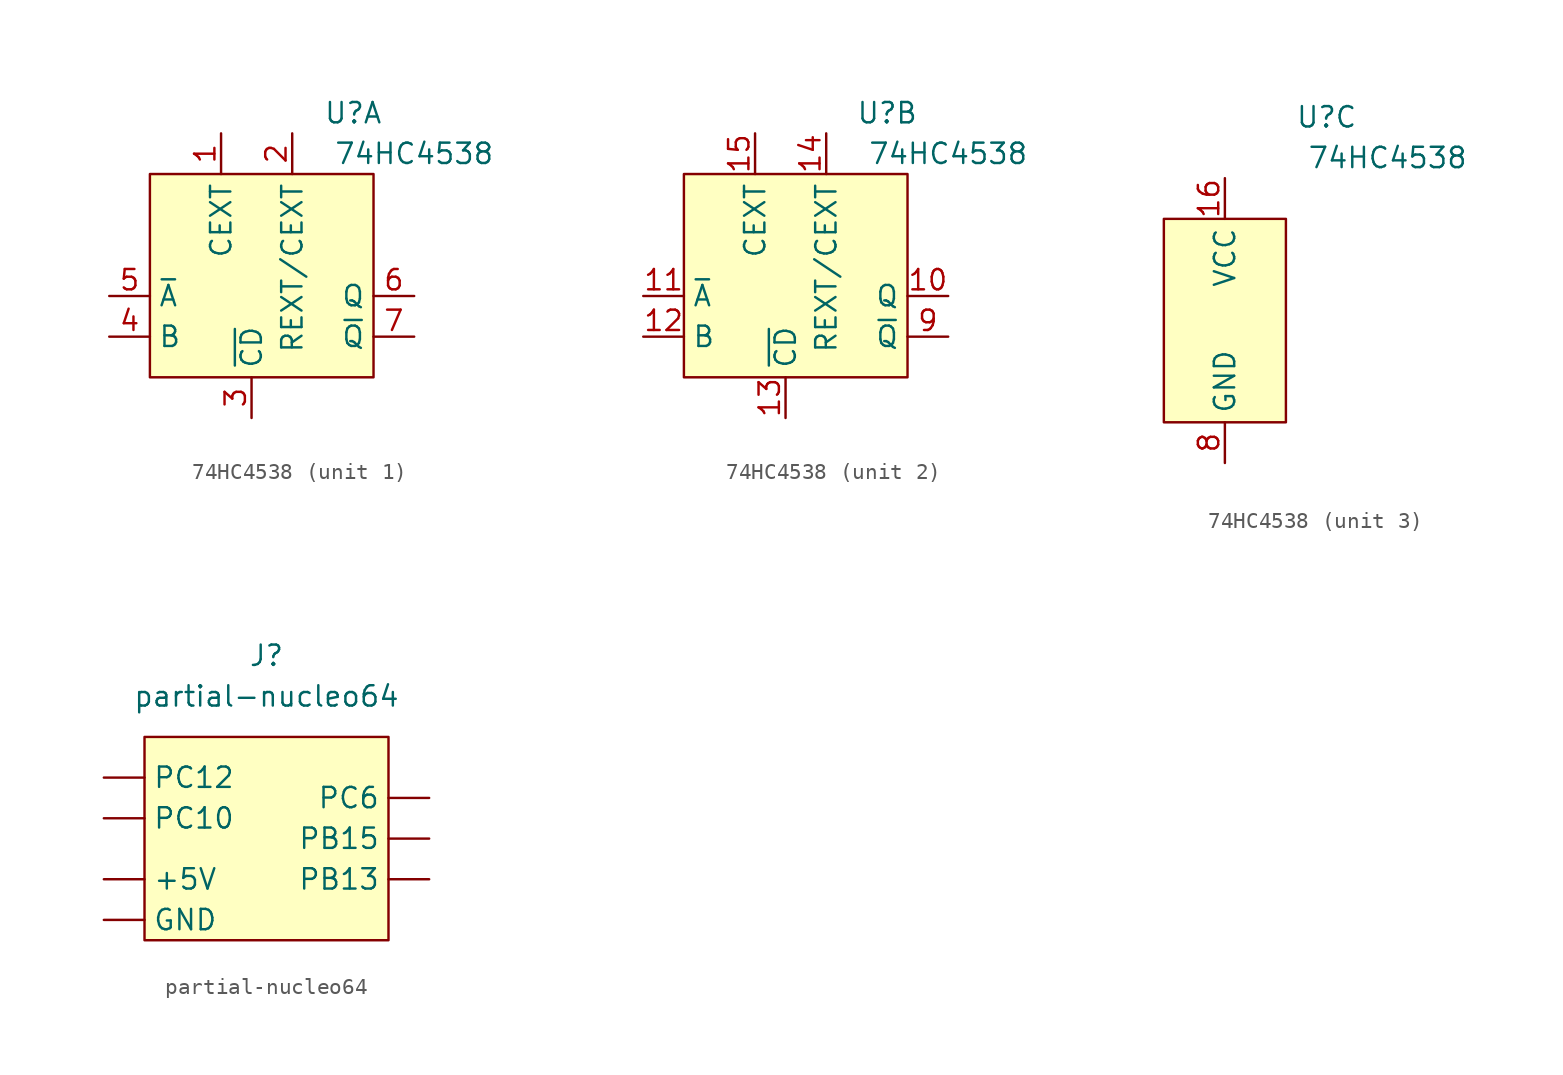
<source format=kicad_sym>
(kicad_symbol_lib
  (version 20211014)
  (generator kicad_symbol_editor)
  (symbol "74HC4538"
    (property "Reference" "U"
      (at 6.35 10.16 0)
      (effects (font (size 1.27 1.27))))
    (property "Value" "74HC4538"
      (at 10.16 7.62 0)
      (effects (font (size 1.27 1.27))))
    (symbol "74HC4538_1_1"
      (rectangle (start -6.35 6.35) (end 7.62 -6.35) (stroke (width 0.152) (type default) (color 0 0 0 0)) (fill (type background)))
      (pin passive line (at -1.905 8.89 270) (length 2.54) (name "CEXT" (effects (font (size 1.27 1.27)))) (number "1" (effects (font (size 1.27 1.27)))))
      (pin passive line (at 2.54 8.89 270) (length 2.54) (name "REXT/CEXT" (effects (font (size 1.27 1.27)))) (number "2" (effects (font (size 1.27 1.27)))))
      (pin input line (at 0 -8.89 90) (length 2.54) (name "~{CD}" (effects (font (size 1.27 1.27)))) (number "3" (effects (font (size 1.27 1.27)))))
      (pin input line (at -8.89 -3.81 0) (length 2.54) (name "B" (effects (font (size 1.27 1.27)))) (number "4" (effects (font (size 1.27 1.27)))))
      (pin input line (at -8.89 -1.27 0) (length 2.54) (name "~{A}" (effects (font (size 1.27 1.27)))) (number "5" (effects (font (size 1.27 1.27)))))
      (pin output line (at 10.16 -1.27 180) (length 2.54) (name "Q" (effects (font (size 1.27 1.27)))) (number "6" (effects (font (size 1.27 1.27)))))
      (pin output line (at 10.16 -3.81 180) (length 2.54) (name "~{Q}" (effects (font (size 1.27 1.27)))) (number "7" (effects (font (size 1.27 1.27))))))
    (symbol "74HC4538_2_1"
      (rectangle (start -6.35 6.35) (end 7.62 -6.35) (stroke (width 0.152) (type default) (color 0 0 0 0)) (fill (type background)))
      (pin output line (at 10.16 -1.27 180) (length 2.54) (name "Q" (effects (font (size 1.27 1.27)))) (number "10" (effects (font (size 1.27 1.27)))))
      (pin input line (at -8.89 -1.27 0) (length 2.54) (name "~{A}" (effects (font (size 1.27 1.27)))) (number "11" (effects (font (size 1.27 1.27)))))
      (pin input line (at -8.89 -3.81 0) (length 2.54) (name "B" (effects (font (size 1.27 1.27)))) (number "12" (effects (font (size 1.27 1.27)))))
      (pin input line (at 0 -8.89 90) (length 2.54) (name "~{CD}" (effects (font (size 1.27 1.27)))) (number "13" (effects (font (size 1.27 1.27)))))
      (pin passive line (at 2.54 8.89 270) (length 2.54) (name "REXT/CEXT" (effects (font (size 1.27 1.27)))) (number "14" (effects (font (size 1.27 1.27)))))
      (pin passive line (at -1.905 8.89 270) (length 2.54) (name "CEXT" (effects (font (size 1.27 1.27)))) (number "15" (effects (font (size 1.27 1.27)))))
      (pin output line (at 10.16 -3.81 180) (length 2.54) (name "~{Q}" (effects (font (size 1.27 1.27)))) (number "9" (effects (font (size 1.27 1.27))))))
    (symbol "74HC4538_3_1"
      (rectangle (start -3.81 3.81) (end 3.81 -8.89) (stroke (width 0.152) (type default) (color 0 0 0 0)) (fill (type background)))
      (pin power_in line (at 0 6.35 270) (length 2.54) (name "VCC" (effects (font (size 1.27 1.27)))) (number "16" (effects (font (size 1.27 1.27)))))
      (pin power_in line (at 0 -11.43 90) (length 2.54) (name "GND" (effects (font (size 1.27 1.27)))) (number "8" (effects (font (size 1.27 1.27)))))))
  (symbol "partial-nucleo64"
    (pin_numbers hide)
    (property "Reference" "J"
      (at 0 10.16 0)
      (effects (font (size 1.27 1.27))))
    (property "Value" "partial-nucleo64"
      (at 0 7.62 0)
      (effects (font (size 1.27 1.27))))
    (symbol "partial-nucleo64_0_1"
      (rectangle (start -7.62 -7.62) (end 7.62 5.08) (stroke (width 0.152) (type default) (color 0 0 0 0)) (fill (type background))))
    (symbol "partial-nucleo64_1_1"
      (pin power_out line (at -10.16 -3.81 0) (length 2.54) (name "+5V" (effects (font (size 1.27 1.27)))) (number "+5V" (effects (font (size 1.27 1.27)))))
      (pin power_out line (at -10.16 -6.35 0) (length 2.54) (name "GND" (effects (font (size 1.27 1.27)))) (number "GND" (effects (font (size 1.27 1.27)))))
      (pin input line (at 10.16 -3.81 180) (length 2.54) (name "PB13" (effects (font (size 1.27 1.27)))) (number "PB13" (effects (font (size 1.27 1.27)))))
      (pin input line (at 10.16 -1.27 180) (length 2.54) (name "PB15" (effects (font (size 1.27 1.27)))) (number "PB15" (effects (font (size 1.27 1.27)))))
      (pin output line (at -10.16 0 0) (length 2.54) (name "PC10" (effects (font (size 1.27 1.27)))) (number "PC10" (effects (font (size 1.27 1.27)))))
      (pin output line (at -10.16 2.54 0) (length 2.54) (name "PC12" (effects (font (size 1.27 1.27)))) (number "PC12" (effects (font (size 1.27 1.27)))))
      (pin input line (at 10.16 1.27 180) (length 2.54) (name "PC6" (effects (font (size 1.27 1.27)))) (number "PC6" (effects (font (size 1.27 1.27))))))))
</source>
